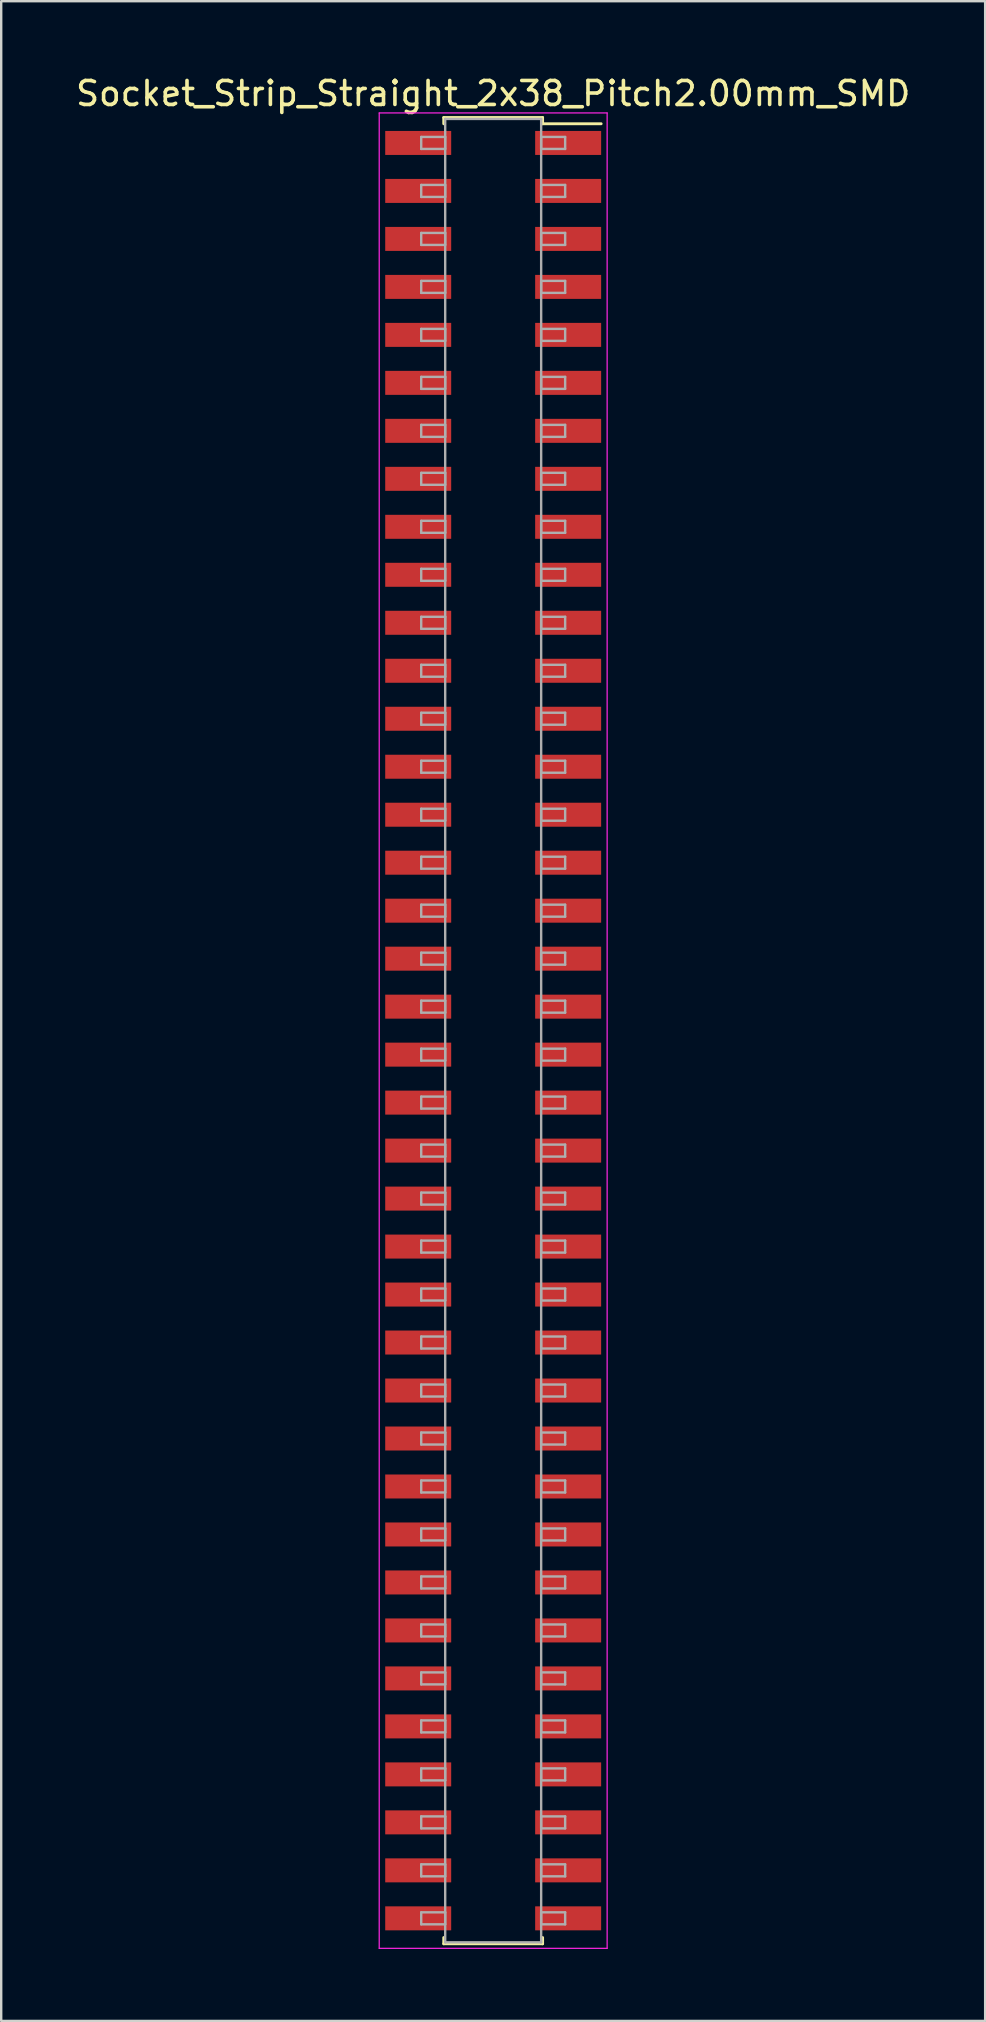
<source format=kicad_pcb>
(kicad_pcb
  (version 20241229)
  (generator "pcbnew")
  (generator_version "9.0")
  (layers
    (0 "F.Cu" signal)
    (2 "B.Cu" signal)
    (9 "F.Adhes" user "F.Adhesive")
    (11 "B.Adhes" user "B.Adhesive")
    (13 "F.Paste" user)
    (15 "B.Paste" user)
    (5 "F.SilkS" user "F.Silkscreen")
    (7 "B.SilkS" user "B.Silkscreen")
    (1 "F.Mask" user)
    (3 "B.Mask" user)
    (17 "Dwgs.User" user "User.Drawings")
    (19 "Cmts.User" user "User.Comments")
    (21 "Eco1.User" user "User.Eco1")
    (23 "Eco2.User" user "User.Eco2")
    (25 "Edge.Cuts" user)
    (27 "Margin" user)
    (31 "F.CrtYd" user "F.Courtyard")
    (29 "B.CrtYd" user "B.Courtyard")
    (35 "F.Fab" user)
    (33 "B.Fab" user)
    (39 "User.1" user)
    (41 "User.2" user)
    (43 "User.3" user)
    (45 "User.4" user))
  (footprint "Socket_Strip_Straight_2x38_Pitch2.00mm_SMD"
    (layer "F.Cu")
    (at 17.506 39.908)
    (property "Reference" "Socket_Strip_Straight_2x38_Pitch2.00mm_SMD" (at 0 -39.06 0) (layer "F.SilkS") (effects (font (size 1 1) (thickness 0.15))))
    (attr smd)
    (fp_line (start -2.06 -38.06) (end 2.06 -38.06) (stroke (width 0.12) (type solid)) (layer "F.SilkS"))
    (fp_line (start -2.06 -37.8) (end -2.06 -38.06) (stroke (width 0.12) (type solid)) (layer "F.SilkS"))
    (fp_line (start -2.06 37.8) (end -2.06 38.06) (stroke (width 0.12) (type solid)) (layer "F.SilkS"))
    (fp_line (start -2.06 38.06) (end 2.06 38.06) (stroke (width 0.12) (type solid)) (layer "F.SilkS"))
    (fp_line (start 2.06 -38.06) (end 2.06 -37.8) (stroke (width 0.12) (type solid)) (layer "F.SilkS"))
    (fp_line (start 2.06 38.06) (end 2.06 37.8) (stroke (width 0.12) (type solid)) (layer "F.SilkS"))
    (fp_line (start 4.5 -37.8) (end 2.06 -37.8) (stroke (width 0.12) (type solid)) (layer "F.SilkS"))
    (fp_line (start -4.75 -38.25) (end -4.75 38.25) (stroke (width 0.05) (type solid)) (layer "F.CrtYd"))
    (fp_line (start -4.75 38.25) (end 4.75 38.25) (stroke (width 0.05) (type solid)) (layer "F.CrtYd"))
    (fp_line (start 4.75 -38.25) (end -4.75 -38.25) (stroke (width 0.05) (type solid)) (layer "F.CrtYd"))
    (fp_line (start 4.75 38.25) (end 4.75 -38.25) (stroke (width 0.05) (type solid)) (layer "F.CrtYd"))
    (fp_line (start -3 -37.25) (end -2 -37.25) (stroke (width 0.1) (type solid)) (layer "F.Fab"))
    (fp_line (start -3 -36.75) (end -3 -37.25) (stroke (width 0.1) (type solid)) (layer "F.Fab"))
    (fp_line (start -3 -35.25) (end -2 -35.25) (stroke (width 0.1) (type solid)) (layer "F.Fab"))
    (fp_line (start -3 -34.75) (end -3 -35.25) (stroke (width 0.1) (type solid)) (layer "F.Fab"))
    (fp_line (start -3 -33.25) (end -2 -33.25) (stroke (width 0.1) (type solid)) (layer "F.Fab"))
    (fp_line (start -3 -32.75) (end -3 -33.25) (stroke (width 0.1) (type solid)) (layer "F.Fab"))
    (fp_line (start -3 -31.25) (end -2 -31.25) (stroke (width 0.1) (type solid)) (layer "F.Fab"))
    (fp_line (start -3 -30.75) (end -3 -31.25) (stroke (width 0.1) (type solid)) (layer "F.Fab"))
    (fp_line (start -3 -29.25) (end -2 -29.25) (stroke (width 0.1) (type solid)) (layer "F.Fab"))
    (fp_line (start -3 -28.75) (end -3 -29.25) (stroke (width 0.1) (type solid)) (layer "F.Fab"))
    (fp_line (start -3 -27.25) (end -2 -27.25) (stroke (width 0.1) (type solid)) (layer "F.Fab"))
    (fp_line (start -3 -26.75) (end -3 -27.25) (stroke (width 0.1) (type solid)) (layer "F.Fab"))
    (fp_line (start -3 -25.25) (end -2 -25.25) (stroke (width 0.1) (type solid)) (layer "F.Fab"))
    (fp_line (start -3 -24.75) (end -3 -25.25) (stroke (width 0.1) (type solid)) (layer "F.Fab"))
    (fp_line (start -3 -23.25) (end -2 -23.25) (stroke (width 0.1) (type solid)) (layer "F.Fab"))
    (fp_line (start -3 -22.75) (end -3 -23.25) (stroke (width 0.1) (type solid)) (layer "F.Fab"))
    (fp_line (start -3 -21.25) (end -2 -21.25) (stroke (width 0.1) (type solid)) (layer "F.Fab"))
    (fp_line (start -3 -20.75) (end -3 -21.25) (stroke (width 0.1) (type solid)) (layer "F.Fab"))
    (fp_line (start -3 -19.25) (end -2 -19.25) (stroke (width 0.1) (type solid)) (layer "F.Fab"))
    (fp_line (start -3 -18.75) (end -3 -19.25) (stroke (width 0.1) (type solid)) (layer "F.Fab"))
    (fp_line (start -3 -17.25) (end -2 -17.25) (stroke (width 0.1) (type solid)) (layer "F.Fab"))
    (fp_line (start -3 -16.75) (end -3 -17.25) (stroke (width 0.1) (type solid)) (layer "F.Fab"))
    (fp_line (start -3 -15.25) (end -2 -15.25) (stroke (width 0.1) (type solid)) (layer "F.Fab"))
    (fp_line (start -3 -14.75) (end -3 -15.25) (stroke (width 0.1) (type solid)) (layer "F.Fab"))
    (fp_line (start -3 -13.25) (end -2 -13.25) (stroke (width 0.1) (type solid)) (layer "F.Fab"))
    (fp_line (start -3 -12.75) (end -3 -13.25) (stroke (width 0.1) (type solid)) (layer "F.Fab"))
    (fp_line (start -3 -11.25) (end -2 -11.25) (stroke (width 0.1) (type solid)) (layer "F.Fab"))
    (fp_line (start -3 -10.75) (end -3 -11.25) (stroke (width 0.1) (type solid)) (layer "F.Fab"))
    (fp_line (start -3 -9.25) (end -2 -9.25) (stroke (width 0.1) (type solid)) (layer "F.Fab"))
    (fp_line (start -3 -8.75) (end -3 -9.25) (stroke (width 0.1) (type solid)) (layer "F.Fab"))
    (fp_line (start -3 -7.25) (end -2 -7.25) (stroke (width 0.1) (type solid)) (layer "F.Fab"))
    (fp_line (start -3 -6.75) (end -3 -7.25) (stroke (width 0.1) (type solid)) (layer "F.Fab"))
    (fp_line (start -3 -5.25) (end -2 -5.25) (stroke (width 0.1) (type solid)) (layer "F.Fab"))
    (fp_line (start -3 -4.75) (end -3 -5.25) (stroke (width 0.1) (type solid)) (layer "F.Fab"))
    (fp_line (start -3 -3.25) (end -2 -3.25) (stroke (width 0.1) (type solid)) (layer "F.Fab"))
    (fp_line (start -3 -2.75) (end -3 -3.25) (stroke (width 0.1) (type solid)) (layer "F.Fab"))
    (fp_line (start -3 -1.25) (end -2 -1.25) (stroke (width 0.1) (type solid)) (layer "F.Fab"))
    (fp_line (start -3 -0.75) (end -3 -1.25) (stroke (width 0.1) (type solid)) (layer "F.Fab"))
    (fp_line (start -3 0.75) (end -2 0.75) (stroke (width 0.1) (type solid)) (layer "F.Fab"))
    (fp_line (start -3 1.25) (end -3 0.75) (stroke (width 0.1) (type solid)) (layer "F.Fab"))
    (fp_line (start -3 2.75) (end -2 2.75) (stroke (width 0.1) (type solid)) (layer "F.Fab"))
    (fp_line (start -3 3.25) (end -3 2.75) (stroke (width 0.1) (type solid)) (layer "F.Fab"))
    (fp_line (start -3 4.75) (end -2 4.75) (stroke (width 0.1) (type solid)) (layer "F.Fab"))
    (fp_line (start -3 5.25) (end -3 4.75) (stroke (width 0.1) (type solid)) (layer "F.Fab"))
    (fp_line (start -3 6.75) (end -2 6.75) (stroke (width 0.1) (type solid)) (layer "F.Fab"))
    (fp_line (start -3 7.25) (end -3 6.75) (stroke (width 0.1) (type solid)) (layer "F.Fab"))
    (fp_line (start -3 8.75) (end -2 8.75) (stroke (width 0.1) (type solid)) (layer "F.Fab"))
    (fp_line (start -3 9.25) (end -3 8.75) (stroke (width 0.1) (type solid)) (layer "F.Fab"))
    (fp_line (start -3 10.75) (end -2 10.75) (stroke (width 0.1) (type solid)) (layer "F.Fab"))
    (fp_line (start -3 11.25) (end -3 10.75) (stroke (width 0.1) (type solid)) (layer "F.Fab"))
    (fp_line (start -3 12.75) (end -2 12.75) (stroke (width 0.1) (type solid)) (layer "F.Fab"))
    (fp_line (start -3 13.25) (end -3 12.75) (stroke (width 0.1) (type solid)) (layer "F.Fab"))
    (fp_line (start -3 14.75) (end -2 14.75) (stroke (width 0.1) (type solid)) (layer "F.Fab"))
    (fp_line (start -3 15.25) (end -3 14.75) (stroke (width 0.1) (type solid)) (layer "F.Fab"))
    (fp_line (start -3 16.75) (end -2 16.75) (stroke (width 0.1) (type solid)) (layer "F.Fab"))
    (fp_line (start -3 17.25) (end -3 16.75) (stroke (width 0.1) (type solid)) (layer "F.Fab"))
    (fp_line (start -3 18.75) (end -2 18.75) (stroke (width 0.1) (type solid)) (layer "F.Fab"))
    (fp_line (start -3 19.25) (end -3 18.75) (stroke (width 0.1) (type solid)) (layer "F.Fab"))
    (fp_line (start -3 20.75) (end -2 20.75) (stroke (width 0.1) (type solid)) (layer "F.Fab"))
    (fp_line (start -3 21.25) (end -3 20.75) (stroke (width 0.1) (type solid)) (layer "F.Fab"))
    (fp_line (start -3 22.75) (end -2 22.75) (stroke (width 0.1) (type solid)) (layer "F.Fab"))
    (fp_line (start -3 23.25) (end -3 22.75) (stroke (width 0.1) (type solid)) (layer "F.Fab"))
    (fp_line (start -3 24.75) (end -2 24.75) (stroke (width 0.1) (type solid)) (layer "F.Fab"))
    (fp_line (start -3 25.25) (end -3 24.75) (stroke (width 0.1) (type solid)) (layer "F.Fab"))
    (fp_line (start -3 26.75) (end -2 26.75) (stroke (width 0.1) (type solid)) (layer "F.Fab"))
    (fp_line (start -3 27.25) (end -3 26.75) (stroke (width 0.1) (type solid)) (layer "F.Fab"))
    (fp_line (start -3 28.75) (end -2 28.75) (stroke (width 0.1) (type solid)) (layer "F.Fab"))
    (fp_line (start -3 29.25) (end -3 28.75) (stroke (width 0.1) (type solid)) (layer "F.Fab"))
    (fp_line (start -3 30.75) (end -2 30.75) (stroke (width 0.1) (type solid)) (layer "F.Fab"))
    (fp_line (start -3 31.25) (end -3 30.75) (stroke (width 0.1) (type solid)) (layer "F.Fab"))
    (fp_line (start -3 32.75) (end -2 32.75) (stroke (width 0.1) (type solid)) (layer "F.Fab"))
    (fp_line (start -3 33.25) (end -3 32.75) (stroke (width 0.1) (type solid)) (layer "F.Fab"))
    (fp_line (start -3 34.75) (end -2 34.75) (stroke (width 0.1) (type solid)) (layer "F.Fab"))
    (fp_line (start -3 35.25) (end -3 34.75) (stroke (width 0.1) (type solid)) (layer "F.Fab"))
    (fp_line (start -3 36.75) (end -2 36.75) (stroke (width 0.1) (type solid)) (layer "F.Fab"))
    (fp_line (start -3 37.25) (end -3 36.75) (stroke (width 0.1) (type solid)) (layer "F.Fab"))
    (fp_line (start -2 -38) (end -2 38) (stroke (width 0.1) (type solid)) (layer "F.Fab"))
    (fp_line (start -2 -37.25) (end -2 -36.75) (stroke (width 0.1) (type solid)) (layer "F.Fab"))
    (fp_line (start -2 -36.75) (end -3 -36.75) (stroke (width 0.1) (type solid)) (layer "F.Fab"))
    (fp_line (start -2 -35.25) (end -2 -34.75) (stroke (width 0.1) (type solid)) (layer "F.Fab"))
    (fp_line (start -2 -34.75) (end -3 -34.75) (stroke (width 0.1) (type solid)) (layer "F.Fab"))
    (fp_line (start -2 -33.25) (end -2 -32.75) (stroke (width 0.1) (type solid)) (layer "F.Fab"))
    (fp_line (start -2 -32.75) (end -3 -32.75) (stroke (width 0.1) (type solid)) (layer "F.Fab"))
    (fp_line (start -2 -31.25) (end -2 -30.75) (stroke (width 0.1) (type solid)) (layer "F.Fab"))
    (fp_line (start -2 -30.75) (end -3 -30.75) (stroke (width 0.1) (type solid)) (layer "F.Fab"))
    (fp_line (start -2 -29.25) (end -2 -28.75) (stroke (width 0.1) (type solid)) (layer "F.Fab"))
    (fp_line (start -2 -28.75) (end -3 -28.75) (stroke (width 0.1) (type solid)) (layer "F.Fab"))
    (fp_line (start -2 -27.25) (end -2 -26.75) (stroke (width 0.1) (type solid)) (layer "F.Fab"))
    (fp_line (start -2 -26.75) (end -3 -26.75) (stroke (width 0.1) (type solid)) (layer "F.Fab"))
    (fp_line (start -2 -25.25) (end -2 -24.75) (stroke (width 0.1) (type solid)) (layer "F.Fab"))
    (fp_line (start -2 -24.75) (end -3 -24.75) (stroke (width 0.1) (type solid)) (layer "F.Fab"))
    (fp_line (start -2 -23.25) (end -2 -22.75) (stroke (width 0.1) (type solid)) (layer "F.Fab"))
    (fp_line (start -2 -22.75) (end -3 -22.75) (stroke (width 0.1) (type solid)) (layer "F.Fab"))
    (fp_line (start -2 -21.25) (end -2 -20.75) (stroke (width 0.1) (type solid)) (layer "F.Fab"))
    (fp_line (start -2 -20.75) (end -3 -20.75) (stroke (width 0.1) (type solid)) (layer "F.Fab"))
    (fp_line (start -2 -19.25) (end -2 -18.75) (stroke (width 0.1) (type solid)) (layer "F.Fab"))
    (fp_line (start -2 -18.75) (end -3 -18.75) (stroke (width 0.1) (type solid)) (layer "F.Fab"))
    (fp_line (start -2 -17.25) (end -2 -16.75) (stroke (width 0.1) (type solid)) (layer "F.Fab"))
    (fp_line (start -2 -16.75) (end -3 -16.75) (stroke (width 0.1) (type solid)) (layer "F.Fab"))
    (fp_line (start -2 -15.25) (end -2 -14.75) (stroke (width 0.1) (type solid)) (layer "F.Fab"))
    (fp_line (start -2 -14.75) (end -3 -14.75) (stroke (width 0.1) (type solid)) (layer "F.Fab"))
    (fp_line (start -2 -13.25) (end -2 -12.75) (stroke (width 0.1) (type solid)) (layer "F.Fab"))
    (fp_line (start -2 -12.75) (end -3 -12.75) (stroke (width 0.1) (type solid)) (layer "F.Fab"))
    (fp_line (start -2 -11.25) (end -2 -10.75) (stroke (width 0.1) (type solid)) (layer "F.Fab"))
    (fp_line (start -2 -10.75) (end -3 -10.75) (stroke (width 0.1) (type solid)) (layer "F.Fab"))
    (fp_line (start -2 -9.25) (end -2 -8.75) (stroke (width 0.1) (type solid)) (layer "F.Fab"))
    (fp_line (start -2 -8.75) (end -3 -8.75) (stroke (width 0.1) (type solid)) (layer "F.Fab"))
    (fp_line (start -2 -7.25) (end -2 -6.75) (stroke (width 0.1) (type solid)) (layer "F.Fab"))
    (fp_line (start -2 -6.75) (end -3 -6.75) (stroke (width 0.1) (type solid)) (layer "F.Fab"))
    (fp_line (start -2 -5.25) (end -2 -4.75) (stroke (width 0.1) (type solid)) (layer "F.Fab"))
    (fp_line (start -2 -4.75) (end -3 -4.75) (stroke (width 0.1) (type solid)) (layer "F.Fab"))
    (fp_line (start -2 -3.25) (end -2 -2.75) (stroke (width 0.1) (type solid)) (layer "F.Fab"))
    (fp_line (start -2 -2.75) (end -3 -2.75) (stroke (width 0.1) (type solid)) (layer "F.Fab"))
    (fp_line (start -2 -1.25) (end -2 -0.75) (stroke (width 0.1) (type solid)) (layer "F.Fab"))
    (fp_line (start -2 -0.75) (end -3 -0.75) (stroke (width 0.1) (type solid)) (layer "F.Fab"))
    (fp_line (start -2 0.75) (end -2 1.25) (stroke (width 0.1) (type solid)) (layer "F.Fab"))
    (fp_line (start -2 1.25) (end -3 1.25) (stroke (width 0.1) (type solid)) (layer "F.Fab"))
    (fp_line (start -2 2.75) (end -2 3.25) (stroke (width 0.1) (type solid)) (layer "F.Fab"))
    (fp_line (start -2 3.25) (end -3 3.25) (stroke (width 0.1) (type solid)) (layer "F.Fab"))
    (fp_line (start -2 4.75) (end -2 5.25) (stroke (width 0.1) (type solid)) (layer "F.Fab"))
    (fp_line (start -2 5.25) (end -3 5.25) (stroke (width 0.1) (type solid)) (layer "F.Fab"))
    (fp_line (start -2 6.75) (end -2 7.25) (stroke (width 0.1) (type solid)) (layer "F.Fab"))
    (fp_line (start -2 7.25) (end -3 7.25) (stroke (width 0.1) (type solid)) (layer "F.Fab"))
    (fp_line (start -2 8.75) (end -2 9.25) (stroke (width 0.1) (type solid)) (layer "F.Fab"))
    (fp_line (start -2 9.25) (end -3 9.25) (stroke (width 0.1) (type solid)) (layer "F.Fab"))
    (fp_line (start -2 10.75) (end -2 11.25) (stroke (width 0.1) (type solid)) (layer "F.Fab"))
    (fp_line (start -2 11.25) (end -3 11.25) (stroke (width 0.1) (type solid)) (layer "F.Fab"))
    (fp_line (start -2 12.75) (end -2 13.25) (stroke (width 0.1) (type solid)) (layer "F.Fab"))
    (fp_line (start -2 13.25) (end -3 13.25) (stroke (width 0.1) (type solid)) (layer "F.Fab"))
    (fp_line (start -2 14.75) (end -2 15.25) (stroke (width 0.1) (type solid)) (layer "F.Fab"))
    (fp_line (start -2 15.25) (end -3 15.25) (stroke (width 0.1) (type solid)) (layer "F.Fab"))
    (fp_line (start -2 16.75) (end -2 17.25) (stroke (width 0.1) (type solid)) (layer "F.Fab"))
    (fp_line (start -2 17.25) (end -3 17.25) (stroke (width 0.1) (type solid)) (layer "F.Fab"))
    (fp_line (start -2 18.75) (end -2 19.25) (stroke (width 0.1) (type solid)) (layer "F.Fab"))
    (fp_line (start -2 19.25) (end -3 19.25) (stroke (width 0.1) (type solid)) (layer "F.Fab"))
    (fp_line (start -2 20.75) (end -2 21.25) (stroke (width 0.1) (type solid)) (layer "F.Fab"))
    (fp_line (start -2 21.25) (end -3 21.25) (stroke (width 0.1) (type solid)) (layer "F.Fab"))
    (fp_line (start -2 22.75) (end -2 23.25) (stroke (width 0.1) (type solid)) (layer "F.Fab"))
    (fp_line (start -2 23.25) (end -3 23.25) (stroke (width 0.1) (type solid)) (layer "F.Fab"))
    (fp_line (start -2 24.75) (end -2 25.25) (stroke (width 0.1) (type solid)) (layer "F.Fab"))
    (fp_line (start -2 25.25) (end -3 25.25) (stroke (width 0.1) (type solid)) (layer "F.Fab"))
    (fp_line (start -2 26.75) (end -2 27.25) (stroke (width 0.1) (type solid)) (layer "F.Fab"))
    (fp_line (start -2 27.25) (end -3 27.25) (stroke (width 0.1) (type solid)) (layer "F.Fab"))
    (fp_line (start -2 28.75) (end -2 29.25) (stroke (width 0.1) (type solid)) (layer "F.Fab"))
    (fp_line (start -2 29.25) (end -3 29.25) (stroke (width 0.1) (type solid)) (layer "F.Fab"))
    (fp_line (start -2 30.75) (end -2 31.25) (stroke (width 0.1) (type solid)) (layer "F.Fab"))
    (fp_line (start -2 31.25) (end -3 31.25) (stroke (width 0.1) (type solid)) (layer "F.Fab"))
    (fp_line (start -2 32.75) (end -2 33.25) (stroke (width 0.1) (type solid)) (layer "F.Fab"))
    (fp_line (start -2 33.25) (end -3 33.25) (stroke (width 0.1) (type solid)) (layer "F.Fab"))
    (fp_line (start -2 34.75) (end -2 35.25) (stroke (width 0.1) (type solid)) (layer "F.Fab"))
    (fp_line (start -2 35.25) (end -3 35.25) (stroke (width 0.1) (type solid)) (layer "F.Fab"))
    (fp_line (start -2 36.75) (end -2 37.25) (stroke (width 0.1) (type solid)) (layer "F.Fab"))
    (fp_line (start -2 37.25) (end -3 37.25) (stroke (width 0.1) (type solid)) (layer "F.Fab"))
    (fp_line (start -2 38) (end 2 38) (stroke (width 0.1) (type solid)) (layer "F.Fab"))
    (fp_line (start 2 -38) (end -2 -38) (stroke (width 0.1) (type solid)) (layer "F.Fab"))
    (fp_line (start 2 -37.25) (end 2 -36.75) (stroke (width 0.1) (type solid)) (layer "F.Fab"))
    (fp_line (start 2 -36.75) (end 3 -36.75) (stroke (width 0.1) (type solid)) (layer "F.Fab"))
    (fp_line (start 2 -35.25) (end 2 -34.75) (stroke (width 0.1) (type solid)) (layer "F.Fab"))
    (fp_line (start 2 -34.75) (end 3 -34.75) (stroke (width 0.1) (type solid)) (layer "F.Fab"))
    (fp_line (start 2 -33.25) (end 2 -32.75) (stroke (width 0.1) (type solid)) (layer "F.Fab"))
    (fp_line (start 2 -32.75) (end 3 -32.75) (stroke (width 0.1) (type solid)) (layer "F.Fab"))
    (fp_line (start 2 -31.25) (end 2 -30.75) (stroke (width 0.1) (type solid)) (layer "F.Fab"))
    (fp_line (start 2 -30.75) (end 3 -30.75) (stroke (width 0.1) (type solid)) (layer "F.Fab"))
    (fp_line (start 2 -29.25) (end 2 -28.75) (stroke (width 0.1) (type solid)) (layer "F.Fab"))
    (fp_line (start 2 -28.75) (end 3 -28.75) (stroke (width 0.1) (type solid)) (layer "F.Fab"))
    (fp_line (start 2 -27.25) (end 2 -26.75) (stroke (width 0.1) (type solid)) (layer "F.Fab"))
    (fp_line (start 2 -26.75) (end 3 -26.75) (stroke (width 0.1) (type solid)) (layer "F.Fab"))
    (fp_line (start 2 -25.25) (end 2 -24.75) (stroke (width 0.1) (type solid)) (layer "F.Fab"))
    (fp_line (start 2 -24.75) (end 3 -24.75) (stroke (width 0.1) (type solid)) (layer "F.Fab"))
    (fp_line (start 2 -23.25) (end 2 -22.75) (stroke (width 0.1) (type solid)) (layer "F.Fab"))
    (fp_line (start 2 -22.75) (end 3 -22.75) (stroke (width 0.1) (type solid)) (layer "F.Fab"))
    (fp_line (start 2 -21.25) (end 2 -20.75) (stroke (width 0.1) (type solid)) (layer "F.Fab"))
    (fp_line (start 2 -20.75) (end 3 -20.75) (stroke (width 0.1) (type solid)) (layer "F.Fab"))
    (fp_line (start 2 -19.25) (end 2 -18.75) (stroke (width 0.1) (type solid)) (layer "F.Fab"))
    (fp_line (start 2 -18.75) (end 3 -18.75) (stroke (width 0.1) (type solid)) (layer "F.Fab"))
    (fp_line (start 2 -17.25) (end 2 -16.75) (stroke (width 0.1) (type solid)) (layer "F.Fab"))
    (fp_line (start 2 -16.75) (end 3 -16.75) (stroke (width 0.1) (type solid)) (layer "F.Fab"))
    (fp_line (start 2 -15.25) (end 2 -14.75) (stroke (width 0.1) (type solid)) (layer "F.Fab"))
    (fp_line (start 2 -14.75) (end 3 -14.75) (stroke (width 0.1) (type solid)) (layer "F.Fab"))
    (fp_line (start 2 -13.25) (end 2 -12.75) (stroke (width 0.1) (type solid)) (layer "F.Fab"))
    (fp_line (start 2 -12.75) (end 3 -12.75) (stroke (width 0.1) (type solid)) (layer "F.Fab"))
    (fp_line (start 2 -11.25) (end 2 -10.75) (stroke (width 0.1) (type solid)) (layer "F.Fab"))
    (fp_line (start 2 -10.75) (end 3 -10.75) (stroke (width 0.1) (type solid)) (layer "F.Fab"))
    (fp_line (start 2 -9.25) (end 2 -8.75) (stroke (width 0.1) (type solid)) (layer "F.Fab"))
    (fp_line (start 2 -8.75) (end 3 -8.75) (stroke (width 0.1) (type solid)) (layer "F.Fab"))
    (fp_line (start 2 -7.25) (end 2 -6.75) (stroke (width 0.1) (type solid)) (layer "F.Fab"))
    (fp_line (start 2 -6.75) (end 3 -6.75) (stroke (width 0.1) (type solid)) (layer "F.Fab"))
    (fp_line (start 2 -5.25) (end 2 -4.75) (stroke (width 0.1) (type solid)) (layer "F.Fab"))
    (fp_line (start 2 -4.75) (end 3 -4.75) (stroke (width 0.1) (type solid)) (layer "F.Fab"))
    (fp_line (start 2 -3.25) (end 2 -2.75) (stroke (width 0.1) (type solid)) (layer "F.Fab"))
    (fp_line (start 2 -2.75) (end 3 -2.75) (stroke (width 0.1) (type solid)) (layer "F.Fab"))
    (fp_line (start 2 -1.25) (end 2 -0.75) (stroke (width 0.1) (type solid)) (layer "F.Fab"))
    (fp_line (start 2 -0.75) (end 3 -0.75) (stroke (width 0.1) (type solid)) (layer "F.Fab"))
    (fp_line (start 2 0.75) (end 2 1.25) (stroke (width 0.1) (type solid)) (layer "F.Fab"))
    (fp_line (start 2 1.25) (end 3 1.25) (stroke (width 0.1) (type solid)) (layer "F.Fab"))
    (fp_line (start 2 2.75) (end 2 3.25) (stroke (width 0.1) (type solid)) (layer "F.Fab"))
    (fp_line (start 2 3.25) (end 3 3.25) (stroke (width 0.1) (type solid)) (layer "F.Fab"))
    (fp_line (start 2 4.75) (end 2 5.25) (stroke (width 0.1) (type solid)) (layer "F.Fab"))
    (fp_line (start 2 5.25) (end 3 5.25) (stroke (width 0.1) (type solid)) (layer "F.Fab"))
    (fp_line (start 2 6.75) (end 2 7.25) (stroke (width 0.1) (type solid)) (layer "F.Fab"))
    (fp_line (start 2 7.25) (end 3 7.25) (stroke (width 0.1) (type solid)) (layer "F.Fab"))
    (fp_line (start 2 8.75) (end 2 9.25) (stroke (width 0.1) (type solid)) (layer "F.Fab"))
    (fp_line (start 2 9.25) (end 3 9.25) (stroke (width 0.1) (type solid)) (layer "F.Fab"))
    (fp_line (start 2 10.75) (end 2 11.25) (stroke (width 0.1) (type solid)) (layer "F.Fab"))
    (fp_line (start 2 11.25) (end 3 11.25) (stroke (width 0.1) (type solid)) (layer "F.Fab"))
    (fp_line (start 2 12.75) (end 2 13.25) (stroke (width 0.1) (type solid)) (layer "F.Fab"))
    (fp_line (start 2 13.25) (end 3 13.25) (stroke (width 0.1) (type solid)) (layer "F.Fab"))
    (fp_line (start 2 14.75) (end 2 15.25) (stroke (width 0.1) (type solid)) (layer "F.Fab"))
    (fp_line (start 2 15.25) (end 3 15.25) (stroke (width 0.1) (type solid)) (layer "F.Fab"))
    (fp_line (start 2 16.75) (end 2 17.25) (stroke (width 0.1) (type solid)) (layer "F.Fab"))
    (fp_line (start 2 17.25) (end 3 17.25) (stroke (width 0.1) (type solid)) (layer "F.Fab"))
    (fp_line (start 2 18.75) (end 2 19.25) (stroke (width 0.1) (type solid)) (layer "F.Fab"))
    (fp_line (start 2 19.25) (end 3 19.25) (stroke (width 0.1) (type solid)) (layer "F.Fab"))
    (fp_line (start 2 20.75) (end 2 21.25) (stroke (width 0.1) (type solid)) (layer "F.Fab"))
    (fp_line (start 2 21.25) (end 3 21.25) (stroke (width 0.1) (type solid)) (layer "F.Fab"))
    (fp_line (start 2 22.75) (end 2 23.25) (stroke (width 0.1) (type solid)) (layer "F.Fab"))
    (fp_line (start 2 23.25) (end 3 23.25) (stroke (width 0.1) (type solid)) (layer "F.Fab"))
    (fp_line (start 2 24.75) (end 2 25.25) (stroke (width 0.1) (type solid)) (layer "F.Fab"))
    (fp_line (start 2 25.25) (end 3 25.25) (stroke (width 0.1) (type solid)) (layer "F.Fab"))
    (fp_line (start 2 26.75) (end 2 27.25) (stroke (width 0.1) (type solid)) (layer "F.Fab"))
    (fp_line (start 2 27.25) (end 3 27.25) (stroke (width 0.1) (type solid)) (layer "F.Fab"))
    (fp_line (start 2 28.75) (end 2 29.25) (stroke (width 0.1) (type solid)) (layer "F.Fab"))
    (fp_line (start 2 29.25) (end 3 29.25) (stroke (width 0.1) (type solid)) (layer "F.Fab"))
    (fp_line (start 2 30.75) (end 2 31.25) (stroke (width 0.1) (type solid)) (layer "F.Fab"))
    (fp_line (start 2 31.25) (end 3 31.25) (stroke (width 0.1) (type solid)) (layer "F.Fab"))
    (fp_line (start 2 32.75) (end 2 33.25) (stroke (width 0.1) (type solid)) (layer "F.Fab"))
    (fp_line (start 2 33.25) (end 3 33.25) (stroke (width 0.1) (type solid)) (layer "F.Fab"))
    (fp_line (start 2 34.75) (end 2 35.25) (stroke (width 0.1) (type solid)) (layer "F.Fab"))
    (fp_line (start 2 35.25) (end 3 35.25) (stroke (width 0.1) (type solid)) (layer "F.Fab"))
    (fp_line (start 2 36.75) (end 2 37.25) (stroke (width 0.1) (type solid)) (layer "F.Fab"))
    (fp_line (start 2 37.25) (end 3 37.25) (stroke (width 0.1) (type solid)) (layer "F.Fab"))
    (fp_line (start 2 38) (end 2 -38) (stroke (width 0.1) (type solid)) (layer "F.Fab"))
    (fp_line (start 3 -37.25) (end 2 -37.25) (stroke (width 0.1) (type solid)) (layer "F.Fab"))
    (fp_line (start 3 -36.75) (end 3 -37.25) (stroke (width 0.1) (type solid)) (layer "F.Fab"))
    (fp_line (start 3 -35.25) (end 2 -35.25) (stroke (width 0.1) (type solid)) (layer "F.Fab"))
    (fp_line (start 3 -34.75) (end 3 -35.25) (stroke (width 0.1) (type solid)) (layer "F.Fab"))
    (fp_line (start 3 -33.25) (end 2 -33.25) (stroke (width 0.1) (type solid)) (layer "F.Fab"))
    (fp_line (start 3 -32.75) (end 3 -33.25) (stroke (width 0.1) (type solid)) (layer "F.Fab"))
    (fp_line (start 3 -31.25) (end 2 -31.25) (stroke (width 0.1) (type solid)) (layer "F.Fab"))
    (fp_line (start 3 -30.75) (end 3 -31.25) (stroke (width 0.1) (type solid)) (layer "F.Fab"))
    (fp_line (start 3 -29.25) (end 2 -29.25) (stroke (width 0.1) (type solid)) (layer "F.Fab"))
    (fp_line (start 3 -28.75) (end 3 -29.25) (stroke (width 0.1) (type solid)) (layer "F.Fab"))
    (fp_line (start 3 -27.25) (end 2 -27.25) (stroke (width 0.1) (type solid)) (layer "F.Fab"))
    (fp_line (start 3 -26.75) (end 3 -27.25) (stroke (width 0.1) (type solid)) (layer "F.Fab"))
    (fp_line (start 3 -25.25) (end 2 -25.25) (stroke (width 0.1) (type solid)) (layer "F.Fab"))
    (fp_line (start 3 -24.75) (end 3 -25.25) (stroke (width 0.1) (type solid)) (layer "F.Fab"))
    (fp_line (start 3 -23.25) (end 2 -23.25) (stroke (width 0.1) (type solid)) (layer "F.Fab"))
    (fp_line (start 3 -22.75) (end 3 -23.25) (stroke (width 0.1) (type solid)) (layer "F.Fab"))
    (fp_line (start 3 -21.25) (end 2 -21.25) (stroke (width 0.1) (type solid)) (layer "F.Fab"))
    (fp_line (start 3 -20.75) (end 3 -21.25) (stroke (width 0.1) (type solid)) (layer "F.Fab"))
    (fp_line (start 3 -19.25) (end 2 -19.25) (stroke (width 0.1) (type solid)) (layer "F.Fab"))
    (fp_line (start 3 -18.75) (end 3 -19.25) (stroke (width 0.1) (type solid)) (layer "F.Fab"))
    (fp_line (start 3 -17.25) (end 2 -17.25) (stroke (width 0.1) (type solid)) (layer "F.Fab"))
    (fp_line (start 3 -16.75) (end 3 -17.25) (stroke (width 0.1) (type solid)) (layer "F.Fab"))
    (fp_line (start 3 -15.25) (end 2 -15.25) (stroke (width 0.1) (type solid)) (layer "F.Fab"))
    (fp_line (start 3 -14.75) (end 3 -15.25) (stroke (width 0.1) (type solid)) (layer "F.Fab"))
    (fp_line (start 3 -13.25) (end 2 -13.25) (stroke (width 0.1) (type solid)) (layer "F.Fab"))
    (fp_line (start 3 -12.75) (end 3 -13.25) (stroke (width 0.1) (type solid)) (layer "F.Fab"))
    (fp_line (start 3 -11.25) (end 2 -11.25) (stroke (width 0.1) (type solid)) (layer "F.Fab"))
    (fp_line (start 3 -10.75) (end 3 -11.25) (stroke (width 0.1) (type solid)) (layer "F.Fab"))
    (fp_line (start 3 -9.25) (end 2 -9.25) (stroke (width 0.1) (type solid)) (layer "F.Fab"))
    (fp_line (start 3 -8.75) (end 3 -9.25) (stroke (width 0.1) (type solid)) (layer "F.Fab"))
    (fp_line (start 3 -7.25) (end 2 -7.25) (stroke (width 0.1) (type solid)) (layer "F.Fab"))
    (fp_line (start 3 -6.75) (end 3 -7.25) (stroke (width 0.1) (type solid)) (layer "F.Fab"))
    (fp_line (start 3 -5.25) (end 2 -5.25) (stroke (width 0.1) (type solid)) (layer "F.Fab"))
    (fp_line (start 3 -4.75) (end 3 -5.25) (stroke (width 0.1) (type solid)) (layer "F.Fab"))
    (fp_line (start 3 -3.25) (end 2 -3.25) (stroke (width 0.1) (type solid)) (layer "F.Fab"))
    (fp_line (start 3 -2.75) (end 3 -3.25) (stroke (width 0.1) (type solid)) (layer "F.Fab"))
    (fp_line (start 3 -1.25) (end 2 -1.25) (stroke (width 0.1) (type solid)) (layer "F.Fab"))
    (fp_line (start 3 -0.75) (end 3 -1.25) (stroke (width 0.1) (type solid)) (layer "F.Fab"))
    (fp_line (start 3 0.75) (end 2 0.75) (stroke (width 0.1) (type solid)) (layer "F.Fab"))
    (fp_line (start 3 1.25) (end 3 0.75) (stroke (width 0.1) (type solid)) (layer "F.Fab"))
    (fp_line (start 3 2.75) (end 2 2.75) (stroke (width 0.1) (type solid)) (layer "F.Fab"))
    (fp_line (start 3 3.25) (end 3 2.75) (stroke (width 0.1) (type solid)) (layer "F.Fab"))
    (fp_line (start 3 4.75) (end 2 4.75) (stroke (width 0.1) (type solid)) (layer "F.Fab"))
    (fp_line (start 3 5.25) (end 3 4.75) (stroke (width 0.1) (type solid)) (layer "F.Fab"))
    (fp_line (start 3 6.75) (end 2 6.75) (stroke (width 0.1) (type solid)) (layer "F.Fab"))
    (fp_line (start 3 7.25) (end 3 6.75) (stroke (width 0.1) (type solid)) (layer "F.Fab"))
    (fp_line (start 3 8.75) (end 2 8.75) (stroke (width 0.1) (type solid)) (layer "F.Fab"))
    (fp_line (start 3 9.25) (end 3 8.75) (stroke (width 0.1) (type solid)) (layer "F.Fab"))
    (fp_line (start 3 10.75) (end 2 10.75) (stroke (width 0.1) (type solid)) (layer "F.Fab"))
    (fp_line (start 3 11.25) (end 3 10.75) (stroke (width 0.1) (type solid)) (layer "F.Fab"))
    (fp_line (start 3 12.75) (end 2 12.75) (stroke (width 0.1) (type solid)) (layer "F.Fab"))
    (fp_line (start 3 13.25) (end 3 12.75) (stroke (width 0.1) (type solid)) (layer "F.Fab"))
    (fp_line (start 3 14.75) (end 2 14.75) (stroke (width 0.1) (type solid)) (layer "F.Fab"))
    (fp_line (start 3 15.25) (end 3 14.75) (stroke (width 0.1) (type solid)) (layer "F.Fab"))
    (fp_line (start 3 16.75) (end 2 16.75) (stroke (width 0.1) (type solid)) (layer "F.Fab"))
    (fp_line (start 3 17.25) (end 3 16.75) (stroke (width 0.1) (type solid)) (layer "F.Fab"))
    (fp_line (start 3 18.75) (end 2 18.75) (stroke (width 0.1) (type solid)) (layer "F.Fab"))
    (fp_line (start 3 19.25) (end 3 18.75) (stroke (width 0.1) (type solid)) (layer "F.Fab"))
    (fp_line (start 3 20.75) (end 2 20.75) (stroke (width 0.1) (type solid)) (layer "F.Fab"))
    (fp_line (start 3 21.25) (end 3 20.75) (stroke (width 0.1) (type solid)) (layer "F.Fab"))
    (fp_line (start 3 22.75) (end 2 22.75) (stroke (width 0.1) (type solid)) (layer "F.Fab"))
    (fp_line (start 3 23.25) (end 3 22.75) (stroke (width 0.1) (type solid)) (layer "F.Fab"))
    (fp_line (start 3 24.75) (end 2 24.75) (stroke (width 0.1) (type solid)) (layer "F.Fab"))
    (fp_line (start 3 25.25) (end 3 24.75) (stroke (width 0.1) (type solid)) (layer "F.Fab"))
    (fp_line (start 3 26.75) (end 2 26.75) (stroke (width 0.1) (type solid)) (layer "F.Fab"))
    (fp_line (start 3 27.25) (end 3 26.75) (stroke (width 0.1) (type solid)) (layer "F.Fab"))
    (fp_line (start 3 28.75) (end 2 28.75) (stroke (width 0.1) (type solid)) (layer "F.Fab"))
    (fp_line (start 3 29.25) (end 3 28.75) (stroke (width 0.1) (type solid)) (layer "F.Fab"))
    (fp_line (start 3 30.75) (end 2 30.75) (stroke (width 0.1) (type solid)) (layer "F.Fab"))
    (fp_line (start 3 31.25) (end 3 30.75) (stroke (width 0.1) (type solid)) (layer "F.Fab"))
    (fp_line (start 3 32.75) (end 2 32.75) (stroke (width 0.1) (type solid)) (layer "F.Fab"))
    (fp_line (start 3 33.25) (end 3 32.75) (stroke (width 0.1) (type solid)) (layer "F.Fab"))
    (fp_line (start 3 34.75) (end 2 34.75) (stroke (width 0.1) (type solid)) (layer "F.Fab"))
    (fp_line (start 3 35.25) (end 3 34.75) (stroke (width 0.1) (type solid)) (layer "F.Fab"))
    (fp_line (start 3 36.75) (end 2 36.75) (stroke (width 0.1) (type solid)) (layer "F.Fab"))
    (fp_line (start 3 37.25) (end 3 36.75) (stroke (width 0.1) (type solid)) (layer "F.Fab"))
    (pad "1" smd rect (at 3.125 -37) (size 2.75 1) (layers "F.Cu" "F.Mask"))
    (pad "2" smd rect (at -3.125 -37) (size 2.75 1) (layers "F.Cu" "F.Mask"))
    (pad "3" smd rect (at 3.125 -35) (size 2.75 1) (layers "F.Cu" "F.Mask"))
    (pad "4" smd rect (at -3.125 -35) (size 2.75 1) (layers "F.Cu" "F.Mask"))
    (pad "5" smd rect (at 3.125 -33) (size 2.75 1) (layers "F.Cu" "F.Mask"))
    (pad "6" smd rect (at -3.125 -33) (size 2.75 1) (layers "F.Cu" "F.Mask"))
    (pad "7" smd rect (at 3.125 -31) (size 2.75 1) (layers "F.Cu" "F.Mask"))
    (pad "8" smd rect (at -3.125 -31) (size 2.75 1) (layers "F.Cu" "F.Mask"))
    (pad "9" smd rect (at 3.125 -29) (size 2.75 1) (layers "F.Cu" "F.Mask"))
    (pad "10" smd rect (at -3.125 -29) (size 2.75 1) (layers "F.Cu" "F.Mask"))
    (pad "11" smd rect (at 3.125 -27) (size 2.75 1) (layers "F.Cu" "F.Mask"))
    (pad "12" smd rect (at -3.125 -27) (size 2.75 1) (layers "F.Cu" "F.Mask"))
    (pad "13" smd rect (at 3.125 -25) (size 2.75 1) (layers "F.Cu" "F.Mask"))
    (pad "14" smd rect (at -3.125 -25) (size 2.75 1) (layers "F.Cu" "F.Mask"))
    (pad "15" smd rect (at 3.125 -23) (size 2.75 1) (layers "F.Cu" "F.Mask"))
    (pad "16" smd rect (at -3.125 -23) (size 2.75 1) (layers "F.Cu" "F.Mask"))
    (pad "17" smd rect (at 3.125 -21) (size 2.75 1) (layers "F.Cu" "F.Mask"))
    (pad "18" smd rect (at -3.125 -21) (size 2.75 1) (layers "F.Cu" "F.Mask"))
    (pad "19" smd rect (at 3.125 -19) (size 2.75 1) (layers "F.Cu" "F.Mask"))
    (pad "20" smd rect (at -3.125 -19) (size 2.75 1) (layers "F.Cu" "F.Mask"))
    (pad "21" smd rect (at 3.125 -17) (size 2.75 1) (layers "F.Cu" "F.Mask"))
    (pad "22" smd rect (at -3.125 -17) (size 2.75 1) (layers "F.Cu" "F.Mask"))
    (pad "23" smd rect (at 3.125 -15) (size 2.75 1) (layers "F.Cu" "F.Mask"))
    (pad "24" smd rect (at -3.125 -15) (size 2.75 1) (layers "F.Cu" "F.Mask"))
    (pad "25" smd rect (at 3.125 -13) (size 2.75 1) (layers "F.Cu" "F.Mask"))
    (pad "26" smd rect (at -3.125 -13) (size 2.75 1) (layers "F.Cu" "F.Mask"))
    (pad "27" smd rect (at 3.125 -11) (size 2.75 1) (layers "F.Cu" "F.Mask"))
    (pad "28" smd rect (at -3.125 -11) (size 2.75 1) (layers "F.Cu" "F.Mask"))
    (pad "29" smd rect (at 3.125 -9) (size 2.75 1) (layers "F.Cu" "F.Mask"))
    (pad "30" smd rect (at -3.125 -9) (size 2.75 1) (layers "F.Cu" "F.Mask"))
    (pad "31" smd rect (at 3.125 -7) (size 2.75 1) (layers "F.Cu" "F.Mask"))
    (pad "32" smd rect (at -3.125 -7) (size 2.75 1) (layers "F.Cu" "F.Mask"))
    (pad "33" smd rect (at 3.125 -5) (size 2.75 1) (layers "F.Cu" "F.Mask"))
    (pad "34" smd rect (at -3.125 -5) (size 2.75 1) (layers "F.Cu" "F.Mask"))
    (pad "35" smd rect (at 3.125 -3) (size 2.75 1) (layers "F.Cu" "F.Mask"))
    (pad "36" smd rect (at -3.125 -3) (size 2.75 1) (layers "F.Cu" "F.Mask"))
    (pad "37" smd rect (at 3.125 -1) (size 2.75 1) (layers "F.Cu" "F.Mask"))
    (pad "38" smd rect (at -3.125 -1) (size 2.75 1) (layers "F.Cu" "F.Mask"))
    (pad "39" smd rect (at 3.125 1) (size 2.75 1) (layers "F.Cu" "F.Mask"))
    (pad "40" smd rect (at -3.125 1) (size 2.75 1) (layers "F.Cu" "F.Mask"))
    (pad "41" smd rect (at 3.125 3) (size 2.75 1) (layers "F.Cu" "F.Mask"))
    (pad "42" smd rect (at -3.125 3) (size 2.75 1) (layers "F.Cu" "F.Mask"))
    (pad "43" smd rect (at 3.125 5) (size 2.75 1) (layers "F.Cu" "F.Mask"))
    (pad "44" smd rect (at -3.125 5) (size 2.75 1) (layers "F.Cu" "F.Mask"))
    (pad "45" smd rect (at 3.125 7) (size 2.75 1) (layers "F.Cu" "F.Mask"))
    (pad "46" smd rect (at -3.125 7) (size 2.75 1) (layers "F.Cu" "F.Mask"))
    (pad "47" smd rect (at 3.125 9) (size 2.75 1) (layers "F.Cu" "F.Mask"))
    (pad "48" smd rect (at -3.125 9) (size 2.75 1) (layers "F.Cu" "F.Mask"))
    (pad "49" smd rect (at 3.125 11) (size 2.75 1) (layers "F.Cu" "F.Mask"))
    (pad "50" smd rect (at -3.125 11) (size 2.75 1) (layers "F.Cu" "F.Mask"))
    (pad "51" smd rect (at 3.125 13) (size 2.75 1) (layers "F.Cu" "F.Mask"))
    (pad "52" smd rect (at -3.125 13) (size 2.75 1) (layers "F.Cu" "F.Mask"))
    (pad "53" smd rect (at 3.125 15) (size 2.75 1) (layers "F.Cu" "F.Mask"))
    (pad "54" smd rect (at -3.125 15) (size 2.75 1) (layers "F.Cu" "F.Mask"))
    (pad "55" smd rect (at 3.125 17) (size 2.75 1) (layers "F.Cu" "F.Mask"))
    (pad "56" smd rect (at -3.125 17) (size 2.75 1) (layers "F.Cu" "F.Mask"))
    (pad "57" smd rect (at 3.125 19) (size 2.75 1) (layers "F.Cu" "F.Mask"))
    (pad "58" smd rect (at -3.125 19) (size 2.75 1) (layers "F.Cu" "F.Mask"))
    (pad "59" smd rect (at 3.125 21) (size 2.75 1) (layers "F.Cu" "F.Mask"))
    (pad "60" smd rect (at -3.125 21) (size 2.75 1) (layers "F.Cu" "F.Mask"))
    (pad "61" smd rect (at 3.125 23) (size 2.75 1) (layers "F.Cu" "F.Mask"))
    (pad "62" smd rect (at -3.125 23) (size 2.75 1) (layers "F.Cu" "F.Mask"))
    (pad "63" smd rect (at 3.125 25) (size 2.75 1) (layers "F.Cu" "F.Mask"))
    (pad "64" smd rect (at -3.125 25) (size 2.75 1) (layers "F.Cu" "F.Mask"))
    (pad "65" smd rect (at 3.125 27) (size 2.75 1) (layers "F.Cu" "F.Mask"))
    (pad "66" smd rect (at -3.125 27) (size 2.75 1) (layers "F.Cu" "F.Mask"))
    (pad "67" smd rect (at 3.125 29) (size 2.75 1) (layers "F.Cu" "F.Mask"))
    (pad "68" smd rect (at -3.125 29) (size 2.75 1) (layers "F.Cu" "F.Mask"))
    (pad "69" smd rect (at 3.125 31) (size 2.75 1) (layers "F.Cu" "F.Mask"))
    (pad "70" smd rect (at -3.125 31) (size 2.75 1) (layers "F.Cu" "F.Mask"))
    (pad "71" smd rect (at 3.125 33) (size 2.75 1) (layers "F.Cu" "F.Mask"))
    (pad "72" smd rect (at -3.125 33) (size 2.75 1) (layers "F.Cu" "F.Mask"))
    (pad "73" smd rect (at 3.125 35) (size 2.75 1) (layers "F.Cu" "F.Mask"))
    (pad "74" smd rect (at -3.125 35) (size 2.75 1) (layers "F.Cu" "F.Mask"))
    (pad "75" smd rect (at 3.125 37) (size 2.75 1) (layers "F.Cu" "F.Mask"))
    (pad "76" smd rect (at -3.125 37) (size 2.75 1) (layers "F.Cu" "F.Mask")))
  (gr_rect
    (start -3 -3)
    (end 38.012 81.183)
    (stroke (width 0.1) (type default))
    (fill no)
    (layer "Edge.Cuts")))
</source>
